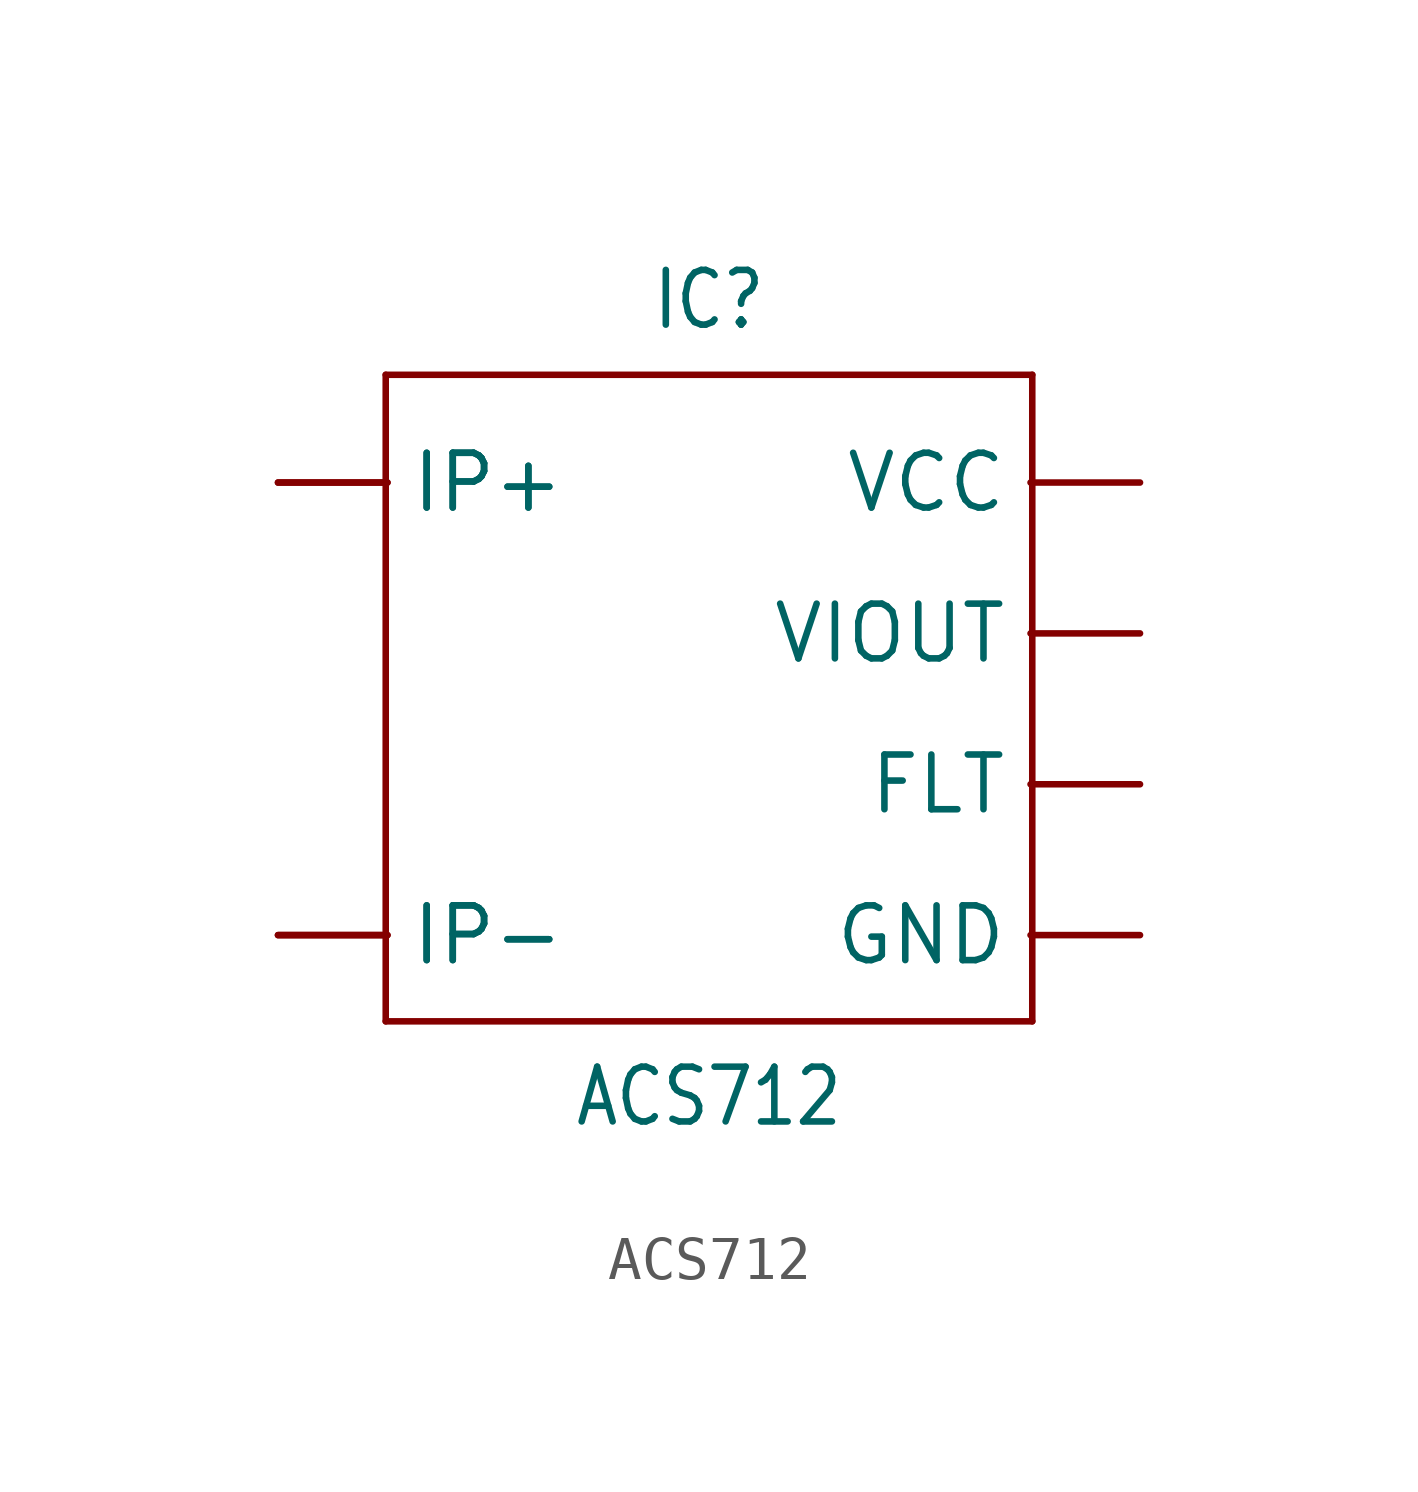
<source format=kicad_sym>
(kicad_symbol_lib
  (version 20211014)
  (generator kicad_symbol_editor)
  (symbol "ACS712"
    (property "Reference" "IC"
      (at 0 8.5 0)
      (effects (font (size 1.27 1.079)) (justify bottom)))
    (property "Value" "ACS712"
      (at 0 -8.5 0)
      (effects (font (size 1.27 1.079)) (justify top)))
    (property "ki_locked" ""
      (at 0 0 0)
      (effects (font (size 1.27 1.27))))
    (symbol "ACS712_1_0"
      (polyline (pts (xy -7.5 -7.5) (xy 7.5 -7.5)) (stroke (width 0.152) (type default) (color 0 0 0 0)) (fill (type none)))
      (polyline (pts (xy -7.5 7.5) (xy -7.5 -7.5)) (stroke (width 0.152) (type default) (color 0 0 0 0)) (fill (type none)))
      (polyline (pts (xy 7.5 -7.5) (xy 7.5 7.5)) (stroke (width 0.152) (type default) (color 0 0 0 0)) (fill (type none)))
      (polyline (pts (xy 7.5 7.5) (xy -7.5 7.5)) (stroke (width 0.152) (type default) (color 0 0 0 0)) (fill (type none)))
      (pin bidirectional line (at -10 5 0) (length 2.54) (name "IP+" (effects (font (size 1.27 1.27)))) (number "1" (effects (font (size 0 0)))))
      (pin bidirectional line (at -10 5 0) (length 2.54) (name "IP+" (effects (font (size 1.27 1.27)))) (number "2" (effects (font (size 0 0)))))
      (pin bidirectional line (at -10 -5.5 0) (length 2.54) (name "IP-" (effects (font (size 1.27 1.27)))) (number "3" (effects (font (size 0 0)))))
      (pin bidirectional line (at -10 -5.5 0) (length 2.54) (name "IP-" (effects (font (size 1.27 1.27)))) (number "4" (effects (font (size 0 0)))))
      (pin bidirectional line (at 10 -5.5 180) (length 2.54) (name "GND" (effects (font (size 1.27 1.27)))) (number "5" (effects (font (size 0 0)))))
      (pin bidirectional line (at 10 -2 180) (length 2.54) (name "FLT" (effects (font (size 1.27 1.27)))) (number "6" (effects (font (size 0 0)))))
      (pin bidirectional line (at 10 1.5 180) (length 2.54) (name "VIOUT" (effects (font (size 1.27 1.27)))) (number "7" (effects (font (size 0 0)))))
      (pin bidirectional line (at 10 5 180) (length 2.54) (name "VCC" (effects (font (size 1.27 1.27)))) (number "8" (effects (font (size 0 0))))))))
</source>
